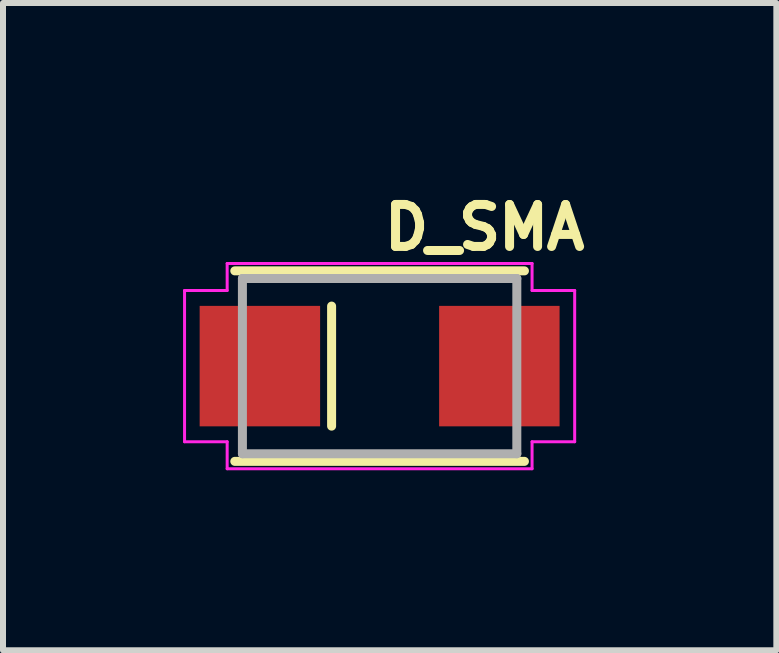
<source format=kicad_pcb>
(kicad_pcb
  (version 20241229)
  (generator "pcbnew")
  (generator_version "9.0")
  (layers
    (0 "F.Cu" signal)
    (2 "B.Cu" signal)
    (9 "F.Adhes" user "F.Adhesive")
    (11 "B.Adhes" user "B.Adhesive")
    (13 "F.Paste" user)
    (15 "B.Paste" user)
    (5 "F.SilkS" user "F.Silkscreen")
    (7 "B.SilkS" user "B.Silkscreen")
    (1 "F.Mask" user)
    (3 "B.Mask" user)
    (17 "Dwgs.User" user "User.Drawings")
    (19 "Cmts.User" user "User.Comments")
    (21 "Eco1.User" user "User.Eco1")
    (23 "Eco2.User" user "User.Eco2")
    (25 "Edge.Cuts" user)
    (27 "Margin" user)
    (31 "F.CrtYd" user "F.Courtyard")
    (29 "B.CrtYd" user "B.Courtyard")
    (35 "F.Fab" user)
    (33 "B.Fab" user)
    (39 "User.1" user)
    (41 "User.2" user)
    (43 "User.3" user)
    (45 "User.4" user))
  (footprint "D_SMA"
    (layer "F.Cu")
    (at 3.275 3.05)
    (property "Reference" "D_SMA" (at 0 -1.9 0) (unlocked yes) (layer "F.SilkS") (effects (font (size 0.7 0.7) (thickness 0.15)) (justify left bottom)))
    (attr smd)
    (fp_line (start -2.413 1.587) (end 2.413 1.587) (stroke (width 0.15) (type solid)) (layer "F.SilkS"))
    (fp_line (start -0.8 -1) (end -0.8 1) (stroke (width 0.15) (type solid)) (layer "F.SilkS"))
    (fp_line (start 2.413 -1.587) (end -2.413 -1.587) (stroke (width 0.15) (type solid)) (layer "F.SilkS"))
    (fp_line (start -3.25 -1.26) (end -2.54 -1.26) (stroke (width 0.05) (type solid)) (layer "F.CrtYd"))
    (fp_line (start -3.25 1.26) (end -3.25 -1.26) (stroke (width 0.05) (type solid)) (layer "F.CrtYd"))
    (fp_line (start -2.54 -1.71) (end 2.54 -1.71) (stroke (width 0.05) (type solid)) (layer "F.CrtYd"))
    (fp_line (start -2.54 -1.26) (end -2.54 -1.71) (stroke (width 0.05) (type solid)) (layer "F.CrtYd"))
    (fp_line (start -2.54 1.26) (end -3.25 1.26) (stroke (width 0.05) (type solid)) (layer "F.CrtYd"))
    (fp_line (start -2.54 1.71) (end -2.54 1.26) (stroke (width 0.05) (type solid)) (layer "F.CrtYd"))
    (fp_line (start 2.54 -1.71) (end 2.54 -1.26) (stroke (width 0.05) (type solid)) (layer "F.CrtYd"))
    (fp_line (start 2.54 -1.26) (end 3.25 -1.26) (stroke (width 0.05) (type solid)) (layer "F.CrtYd"))
    (fp_line (start 2.54 1.26) (end 2.54 1.71) (stroke (width 0.05) (type solid)) (layer "F.CrtYd"))
    (fp_line (start 2.54 1.71) (end -2.54 1.71) (stroke (width 0.05) (type solid)) (layer "F.CrtYd"))
    (fp_line (start 3.25 -1.26) (end 3.25 1.26) (stroke (width 0.05) (type solid)) (layer "F.CrtYd"))
    (fp_line (start 3.25 1.26) (end 2.54 1.26) (stroke (width 0.05) (type solid)) (layer "F.CrtYd"))
    (fp_line (start -2.286 -1.46) (end -2.286 1.46) (stroke (width 0.15) (type solid)) (layer "F.Fab"))
    (fp_line (start -2.286 1.46) (end 2.286 1.46) (stroke (width 0.15) (type solid)) (layer "F.Fab"))
    (fp_line (start 2.286 -1.46) (end -2.286 -1.46) (stroke (width 0.15) (type solid)) (layer "F.Fab"))
    (fp_line (start 2.286 1.46) (end 2.286 -1.46) (stroke (width 0.15) (type solid)) (layer "F.Fab"))
    (fp_rect (start -2.286 -1.46) (end 2.286 1.46) (stroke (width 0.1) (type solid)) (fill no) (layer "User.5"))
    (fp_line (start -2.286 -1.003) (end -2.127 -1.003) (stroke (width 0.02) (type solid)) (layer "User.9"))
    (fp_line (start -2.286 1.003) (end -2.286 -1.003) (stroke (width 0.02) (type solid)) (layer "User.9"))
    (fp_line (start -2.127 -1.46) (end 2.127 -1.46) (stroke (width 0.02) (type solid)) (layer "User.9"))
    (fp_line (start -2.127 1.003) (end -2.286 1.003) (stroke (width 0.02) (type solid)) (layer "User.9"))
    (fp_line (start -2.127 1.46) (end -2.127 -1.46) (stroke (width 0.02) (type solid)) (layer "User.9"))
    (fp_line (start -2.042 -1.375) (end -2.042 1.375) (stroke (width 0.02) (type solid)) (layer "User.9"))
    (fp_line (start -2.042 1.375) (end -1.191 1.375) (stroke (width 0.02) (type solid)) (layer "User.9"))
    (fp_line (start -1.191 -1.375) (end -2.042 -1.375) (stroke (width 0.02) (type solid)) (layer "User.9"))
    (fp_line (start -1.191 1.375) (end -1.191 -1.375) (stroke (width 0.02) (type solid)) (layer "User.9"))
    (fp_line (start 2.127 -1.46) (end 2.127 1.46) (stroke (width 0.02) (type solid)) (layer "User.9"))
    (fp_line (start 2.127 -1.003) (end 2.286 -1.003) (stroke (width 0.02) (type solid)) (layer "User.9"))
    (fp_line (start 2.127 1.46) (end -2.127 1.46) (stroke (width 0.02) (type solid)) (layer "User.9"))
    (fp_line (start 2.286 -1.003) (end 2.286 1.003) (stroke (width 0.02) (type solid)) (layer "User.9"))
    (fp_line (start 2.286 1.003) (end 2.127 1.003) (stroke (width 0.02) (type solid)) (layer "User.9"))
    (pad "1" smd rect (at -1.995 0) (size 2.007 2.007) (layers "F.Cu" "F.Mask" "F.Paste"))
    (pad "2" smd rect (at 1.995 0) (size 2.007 2.007) (layers "F.Cu" "F.Mask" "F.Paste")))
  (gr_rect
    (start -3 -3)
    (end 9.885 7.785)
    (stroke (width 0.1) (type default))
    (fill no)
    (layer "Edge.Cuts")))
</source>
